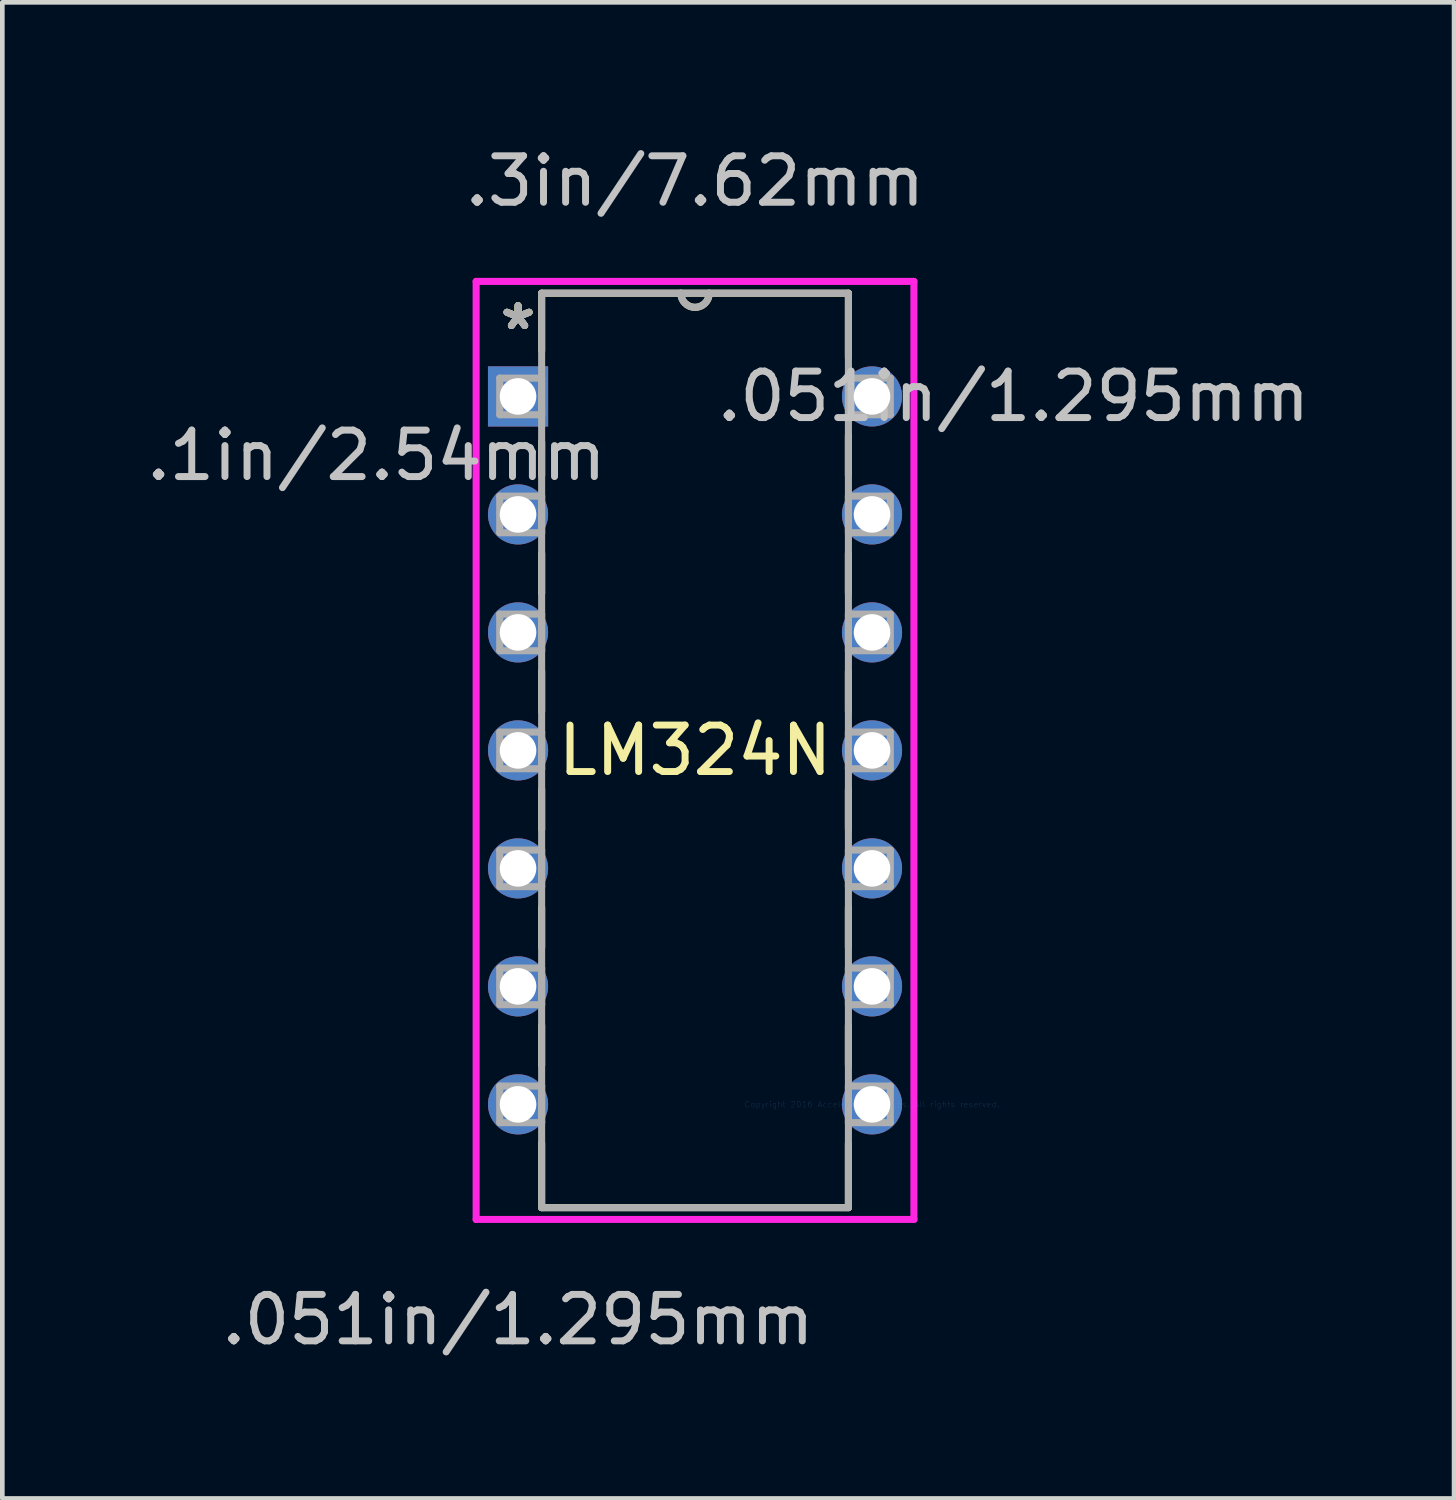
<source format=kicad_pcb>
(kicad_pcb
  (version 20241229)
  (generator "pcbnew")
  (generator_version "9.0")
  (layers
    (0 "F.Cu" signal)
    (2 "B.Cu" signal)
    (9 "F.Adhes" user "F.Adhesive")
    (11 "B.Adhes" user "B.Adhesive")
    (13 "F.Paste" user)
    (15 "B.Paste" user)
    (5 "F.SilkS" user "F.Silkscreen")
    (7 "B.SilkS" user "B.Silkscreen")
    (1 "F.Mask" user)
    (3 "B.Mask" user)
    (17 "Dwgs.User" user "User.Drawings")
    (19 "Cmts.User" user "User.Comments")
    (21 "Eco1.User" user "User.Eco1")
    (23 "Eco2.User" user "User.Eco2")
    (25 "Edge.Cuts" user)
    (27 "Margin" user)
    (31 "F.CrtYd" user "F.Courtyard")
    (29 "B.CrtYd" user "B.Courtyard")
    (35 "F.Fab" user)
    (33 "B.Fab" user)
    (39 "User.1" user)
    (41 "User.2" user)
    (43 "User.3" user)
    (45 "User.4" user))
  (footprint "LM324N"
    (layer "F.Cu")
    (at 15.722 20.724)
    (property "Reference" "LM324N" (at -3.81 -7.62 0) (layer "F.SilkS") (effects (font (size 1 1) (thickness 0.15))))
    (attr through_hole)
    (fp_line (start -7.112 -17.462) (end -7.112 -16.22) (stroke (width 0.152) (type solid)) (layer "F.SilkS"))
    (fp_line (start -7.112 -14.26) (end -7.112 -13.539) (stroke (width 0.152) (type solid)) (layer "F.SilkS"))
    (fp_line (start -7.112 -11.861) (end -7.112 -10.999) (stroke (width 0.152) (type solid)) (layer "F.SilkS"))
    (fp_line (start -7.112 -9.321) (end -7.112 -8.459) (stroke (width 0.152) (type solid)) (layer "F.SilkS"))
    (fp_line (start -7.112 -6.781) (end -7.112 -5.919) (stroke (width 0.152) (type solid)) (layer "F.SilkS"))
    (fp_line (start -7.112 -4.241) (end -7.112 -3.379) (stroke (width 0.152) (type solid)) (layer "F.SilkS"))
    (fp_line (start -7.112 -1.701) (end -7.112 -0.839) (stroke (width 0.152) (type solid)) (layer "F.SilkS"))
    (fp_line (start -7.112 0.839) (end -7.112 2.223) (stroke (width 0.152) (type solid)) (layer "F.SilkS"))
    (fp_line (start -7.112 2.223) (end -0.508 2.223) (stroke (width 0.152) (type solid)) (layer "F.SilkS"))
    (fp_line (start -0.508 -17.462) (end -7.112 -17.462) (stroke (width 0.152) (type solid)) (layer "F.SilkS"))
    (fp_line (start -0.508 -16.079) (end -0.508 -17.462) (stroke (width 0.152) (type solid)) (layer "F.SilkS"))
    (fp_line (start -0.508 -13.539) (end -0.508 -14.401) (stroke (width 0.152) (type solid)) (layer "F.SilkS"))
    (fp_line (start -0.508 -10.999) (end -0.508 -11.861) (stroke (width 0.152) (type solid)) (layer "F.SilkS"))
    (fp_line (start -0.508 -8.459) (end -0.508 -9.321) (stroke (width 0.152) (type solid)) (layer "F.SilkS"))
    (fp_line (start -0.508 -5.919) (end -0.508 -6.781) (stroke (width 0.152) (type solid)) (layer "F.SilkS"))
    (fp_line (start -0.508 -3.379) (end -0.508 -4.241) (stroke (width 0.152) (type solid)) (layer "F.SilkS"))
    (fp_line (start -0.508 -0.839) (end -0.508 -1.701) (stroke (width 0.152) (type solid)) (layer "F.SilkS"))
    (fp_line (start -0.508 2.223) (end -0.508 0.839) (stroke (width 0.152) (type solid)) (layer "F.SilkS"))
    (fp_arc (start -3.5052 -17.4625) (mid -3.81 -17.1577) (end -4.1148 -17.4625) (stroke (width 0.1524) (type solid)) (layer "F.SilkS"))
    (fp_line (start -8.522 -17.716) (end 0.902 -17.716) (stroke (width 0.152) (type solid)) (layer "F.CrtYd"))
    (fp_line (start -8.522 2.477) (end -8.522 -17.716) (stroke (width 0.152) (type solid)) (layer "F.CrtYd"))
    (fp_line (start 0.902 -17.716) (end 0.902 2.477) (stroke (width 0.152) (type solid)) (layer "F.CrtYd"))
    (fp_line (start 0.902 2.477) (end -8.522 2.477) (stroke (width 0.152) (type solid)) (layer "F.CrtYd"))
    (fp_line (start -8.014 -15.634) (end -8.014 -14.846) (stroke (width 0.152) (type solid)) (layer "F.Fab"))
    (fp_line (start -8.014 -14.846) (end -7.112 -14.846) (stroke (width 0.152) (type solid)) (layer "F.Fab"))
    (fp_line (start -8.014 -13.094) (end -8.014 -12.306) (stroke (width 0.152) (type solid)) (layer "F.Fab"))
    (fp_line (start -8.014 -12.306) (end -7.112 -12.306) (stroke (width 0.152) (type solid)) (layer "F.Fab"))
    (fp_line (start -8.014 -10.554) (end -8.014 -9.766) (stroke (width 0.152) (type solid)) (layer "F.Fab"))
    (fp_line (start -8.014 -9.766) (end -7.112 -9.766) (stroke (width 0.152) (type solid)) (layer "F.Fab"))
    (fp_line (start -8.014 -8.014) (end -8.014 -7.226) (stroke (width 0.152) (type solid)) (layer "F.Fab"))
    (fp_line (start -8.014 -7.226) (end -7.112 -7.226) (stroke (width 0.152) (type solid)) (layer "F.Fab"))
    (fp_line (start -8.014 -5.474) (end -8.014 -4.686) (stroke (width 0.152) (type solid)) (layer "F.Fab"))
    (fp_line (start -8.014 -4.686) (end -7.112 -4.686) (stroke (width 0.152) (type solid)) (layer "F.Fab"))
    (fp_line (start -8.014 -2.934) (end -8.014 -2.146) (stroke (width 0.152) (type solid)) (layer "F.Fab"))
    (fp_line (start -8.014 -2.146) (end -7.112 -2.146) (stroke (width 0.152) (type solid)) (layer "F.Fab"))
    (fp_line (start -8.014 -0.394) (end -8.014 0.394) (stroke (width 0.152) (type solid)) (layer "F.Fab"))
    (fp_line (start -8.014 0.394) (end -7.112 0.394) (stroke (width 0.152) (type solid)) (layer "F.Fab"))
    (fp_line (start -7.112 -17.462) (end -7.112 2.223) (stroke (width 0.152) (type solid)) (layer "F.Fab"))
    (fp_line (start -7.112 -15.634) (end -8.014 -15.634) (stroke (width 0.152) (type solid)) (layer "F.Fab"))
    (fp_line (start -7.112 -14.846) (end -7.112 -15.634) (stroke (width 0.152) (type solid)) (layer "F.Fab"))
    (fp_line (start -7.112 -13.094) (end -8.014 -13.094) (stroke (width 0.152) (type solid)) (layer "F.Fab"))
    (fp_line (start -7.112 -12.306) (end -7.112 -13.094) (stroke (width 0.152) (type solid)) (layer "F.Fab"))
    (fp_line (start -7.112 -10.554) (end -8.014 -10.554) (stroke (width 0.152) (type solid)) (layer "F.Fab"))
    (fp_line (start -7.112 -9.766) (end -7.112 -10.554) (stroke (width 0.152) (type solid)) (layer "F.Fab"))
    (fp_line (start -7.112 -8.014) (end -8.014 -8.014) (stroke (width 0.152) (type solid)) (layer "F.Fab"))
    (fp_line (start -7.112 -7.226) (end -7.112 -8.014) (stroke (width 0.152) (type solid)) (layer "F.Fab"))
    (fp_line (start -7.112 -5.474) (end -8.014 -5.474) (stroke (width 0.152) (type solid)) (layer "F.Fab"))
    (fp_line (start -7.112 -4.686) (end -7.112 -5.474) (stroke (width 0.152) (type solid)) (layer "F.Fab"))
    (fp_line (start -7.112 -2.934) (end -8.014 -2.934) (stroke (width 0.152) (type solid)) (layer "F.Fab"))
    (fp_line (start -7.112 -2.146) (end -7.112 -2.934) (stroke (width 0.152) (type solid)) (layer "F.Fab"))
    (fp_line (start -7.112 -0.394) (end -8.014 -0.394) (stroke (width 0.152) (type solid)) (layer "F.Fab"))
    (fp_line (start -7.112 0.394) (end -7.112 -0.394) (stroke (width 0.152) (type solid)) (layer "F.Fab"))
    (fp_line (start -7.112 2.223) (end -0.508 2.223) (stroke (width 0.152) (type solid)) (layer "F.Fab"))
    (fp_line (start -0.508 -17.462) (end -7.112 -17.462) (stroke (width 0.152) (type solid)) (layer "F.Fab"))
    (fp_line (start -0.508 -15.634) (end -0.508 -14.846) (stroke (width 0.152) (type solid)) (layer "F.Fab"))
    (fp_line (start -0.508 -14.846) (end 0.394 -14.846) (stroke (width 0.152) (type solid)) (layer "F.Fab"))
    (fp_line (start -0.508 -13.094) (end -0.508 -12.306) (stroke (width 0.152) (type solid)) (layer "F.Fab"))
    (fp_line (start -0.508 -12.306) (end 0.394 -12.306) (stroke (width 0.152) (type solid)) (layer "F.Fab"))
    (fp_line (start -0.508 -10.554) (end -0.508 -9.766) (stroke (width 0.152) (type solid)) (layer "F.Fab"))
    (fp_line (start -0.508 -9.766) (end 0.394 -9.766) (stroke (width 0.152) (type solid)) (layer "F.Fab"))
    (fp_line (start -0.508 -8.014) (end -0.508 -7.226) (stroke (width 0.152) (type solid)) (layer "F.Fab"))
    (fp_line (start -0.508 -7.226) (end 0.394 -7.226) (stroke (width 0.152) (type solid)) (layer "F.Fab"))
    (fp_line (start -0.508 -5.474) (end -0.508 -4.686) (stroke (width 0.152) (type solid)) (layer "F.Fab"))
    (fp_line (start -0.508 -4.686) (end 0.394 -4.686) (stroke (width 0.152) (type solid)) (layer "F.Fab"))
    (fp_line (start -0.508 -2.934) (end -0.508 -2.146) (stroke (width 0.152) (type solid)) (layer "F.Fab"))
    (fp_line (start -0.508 -2.146) (end 0.394 -2.146) (stroke (width 0.152) (type solid)) (layer "F.Fab"))
    (fp_line (start -0.508 -0.394) (end -0.508 0.394) (stroke (width 0.152) (type solid)) (layer "F.Fab"))
    (fp_line (start -0.508 0.394) (end 0.394 0.394) (stroke (width 0.152) (type solid)) (layer "F.Fab"))
    (fp_line (start -0.508 2.223) (end -0.508 -17.462) (stroke (width 0.152) (type solid)) (layer "F.Fab"))
    (fp_line (start 0.394 -15.634) (end -0.508 -15.634) (stroke (width 0.152) (type solid)) (layer "F.Fab"))
    (fp_line (start 0.394 -14.846) (end 0.394 -15.634) (stroke (width 0.152) (type solid)) (layer "F.Fab"))
    (fp_line (start 0.394 -13.094) (end -0.508 -13.094) (stroke (width 0.152) (type solid)) (layer "F.Fab"))
    (fp_line (start 0.394 -12.306) (end 0.394 -13.094) (stroke (width 0.152) (type solid)) (layer "F.Fab"))
    (fp_line (start 0.394 -10.554) (end -0.508 -10.554) (stroke (width 0.152) (type solid)) (layer "F.Fab"))
    (fp_line (start 0.394 -9.766) (end 0.394 -10.554) (stroke (width 0.152) (type solid)) (layer "F.Fab"))
    (fp_line (start 0.394 -8.014) (end -0.508 -8.014) (stroke (width 0.152) (type solid)) (layer "F.Fab"))
    (fp_line (start 0.394 -7.226) (end 0.394 -8.014) (stroke (width 0.152) (type solid)) (layer "F.Fab"))
    (fp_line (start 0.394 -5.474) (end -0.508 -5.474) (stroke (width 0.152) (type solid)) (layer "F.Fab"))
    (fp_line (start 0.394 -4.686) (end 0.394 -5.474) (stroke (width 0.152) (type solid)) (layer "F.Fab"))
    (fp_line (start 0.394 -2.934) (end -0.508 -2.934) (stroke (width 0.152) (type solid)) (layer "F.Fab"))
    (fp_line (start 0.394 -2.146) (end 0.394 -2.934) (stroke (width 0.152) (type solid)) (layer "F.Fab"))
    (fp_line (start 0.394 -0.394) (end -0.508 -0.394) (stroke (width 0.152) (type solid)) (layer "F.Fab"))
    (fp_line (start 0.394 0.394) (end 0.394 -0.394) (stroke (width 0.152) (type solid)) (layer "F.Fab"))
    (fp_arc (start -3.5052 -17.4625) (mid -3.81 -17.1577) (end -4.1148 -17.4625) (stroke (width 0.1524) (type solid)) (layer "F.Fab"))
    (fp_text user "*" (at -7.62 -16.65 0) (layer "F.SilkS") (effects (font (size 1 1) (thickness 0.15))))
    (fp_text user "*" (at -7.62 -16.65 0) (layer "F.SilkS") (effects (font (size 1 1) (thickness 0.15))))
    (fp_text user ".3in/7.62mm" (at -3.81 -19.875 0) (layer "Dwgs.User") (effects (font (size 1 1) (thickness 0.15))))
    (fp_text user ".051in/1.295mm" (at 3.048 -15.24 0) (layer "Dwgs.User") (effects (font (size 1 1) (thickness 0.15))))
    (fp_text user ".1in/2.54mm" (at -10.668 -13.97 0) (layer "Dwgs.User") (effects (font (size 1 1) (thickness 0.15))))
    (fp_text user ".051in/1.295mm" (at -7.62 4.636 0) (layer "Dwgs.User") (effects (font (size 1 1) (thickness 0.15))))
    (fp_text user "Copyright 2016 Accelerated Designs. All rights reserved." (at 0 0 0) (layer "Cmts.User") (effects (font (size 0.127 0.127) (thickness 0.002))))
    (fp_text user "*" (at -7.62 -16.65 0) (layer "F.Fab") (effects (font (size 1 1) (thickness 0.15))))
    (fp_text user "*" (at -7.62 -16.65 0) (layer "F.Fab") (effects (font (size 1 1) (thickness 0.15))))
    (pad "1" thru_hole rect (at -7.62 -15.24) (size 1.295 1.295) (drill 0.787) (layers "*.Cu" "*.Mask"))
    (pad "2" thru_hole circle (at -7.62 -12.7) (size 1.295 1.295) (drill 0.787) (layers "*.Cu" "*.Mask"))
    (pad "3" thru_hole circle (at -7.62 -10.16) (size 1.295 1.295) (drill 0.787) (layers "*.Cu" "*.Mask"))
    (pad "4" thru_hole circle (at -7.62 -7.62) (size 1.295 1.295) (drill 0.787) (layers "*.Cu" "*.Mask"))
    (pad "5" thru_hole circle (at -7.62 -5.08) (size 1.295 1.295) (drill 0.787) (layers "*.Cu" "*.Mask"))
    (pad "6" thru_hole circle (at -7.62 -2.54) (size 1.295 1.295) (drill 0.787) (layers "*.Cu" "*.Mask"))
    (pad "7" thru_hole circle (at -7.62 0) (size 1.295 1.295) (drill 0.787) (layers "*.Cu" "*.Mask"))
    (pad "8" thru_hole circle (at 0 0) (size 1.295 1.295) (drill 0.787) (layers "*.Cu" "*.Mask"))
    (pad "9" thru_hole circle (at 0 -2.54) (size 1.295 1.295) (drill 0.787) (layers "*.Cu" "*.Mask"))
    (pad "10" thru_hole circle (at 0 -5.08) (size 1.295 1.295) (drill 0.787) (layers "*.Cu" "*.Mask"))
    (pad "11" thru_hole circle (at 0 -7.62) (size 1.295 1.295) (drill 0.787) (layers "*.Cu" "*.Mask"))
    (pad "12" thru_hole circle (at 0 -10.16) (size 1.295 1.295) (drill 0.787) (layers "*.Cu" "*.Mask"))
    (pad "13" thru_hole circle (at 0 -12.7) (size 1.295 1.295) (drill 0.787) (layers "*.Cu" "*.Mask"))
    (pad "14" thru_hole circle (at 0 -15.24) (size 1.295 1.295) (drill 0.787) (layers "*.Cu" "*.Mask")))
  (gr_rect
    (start -3 -3)
    (end 28.252 29.207)
    (stroke (width 0.1) (type default))
    (fill no)
    (layer "Edge.Cuts")))
</source>
